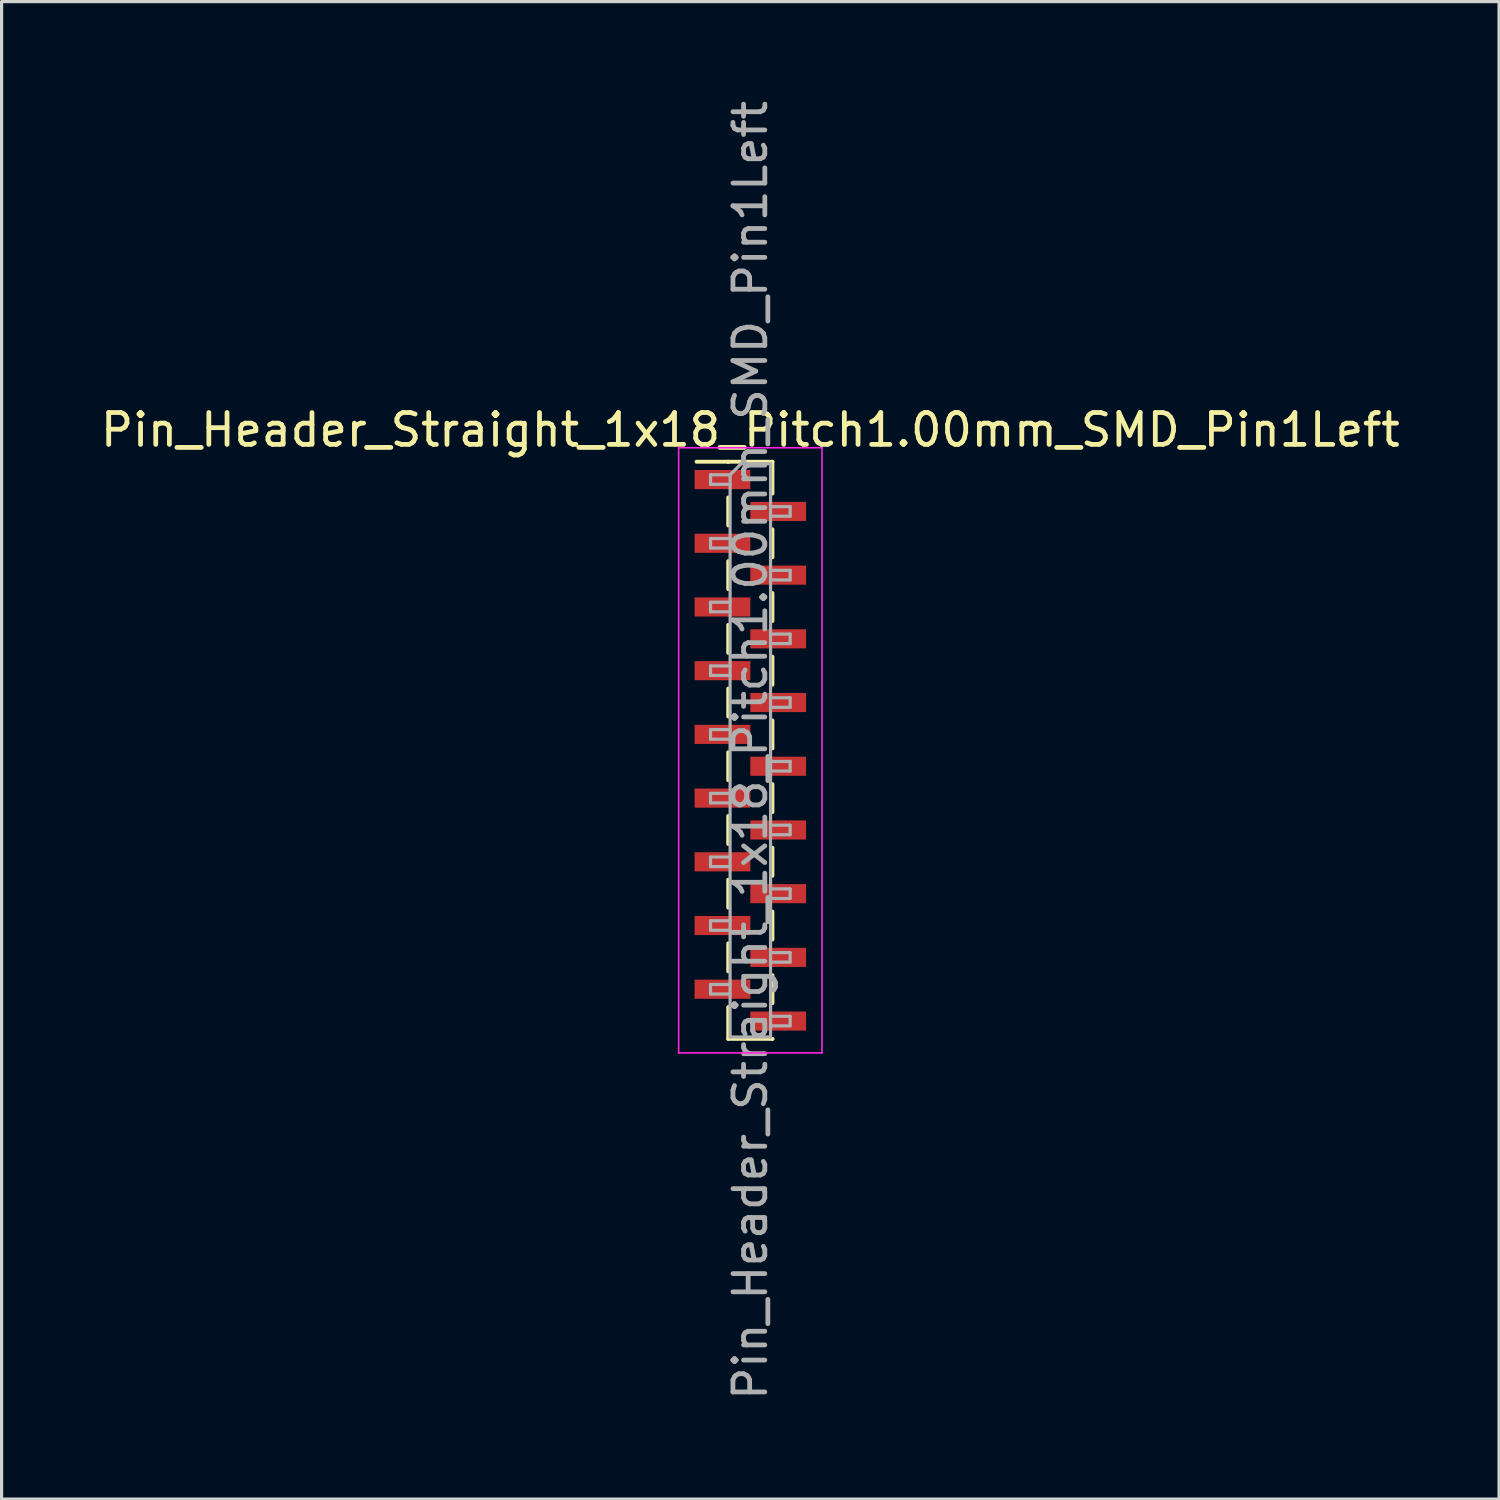
<source format=kicad_pcb>
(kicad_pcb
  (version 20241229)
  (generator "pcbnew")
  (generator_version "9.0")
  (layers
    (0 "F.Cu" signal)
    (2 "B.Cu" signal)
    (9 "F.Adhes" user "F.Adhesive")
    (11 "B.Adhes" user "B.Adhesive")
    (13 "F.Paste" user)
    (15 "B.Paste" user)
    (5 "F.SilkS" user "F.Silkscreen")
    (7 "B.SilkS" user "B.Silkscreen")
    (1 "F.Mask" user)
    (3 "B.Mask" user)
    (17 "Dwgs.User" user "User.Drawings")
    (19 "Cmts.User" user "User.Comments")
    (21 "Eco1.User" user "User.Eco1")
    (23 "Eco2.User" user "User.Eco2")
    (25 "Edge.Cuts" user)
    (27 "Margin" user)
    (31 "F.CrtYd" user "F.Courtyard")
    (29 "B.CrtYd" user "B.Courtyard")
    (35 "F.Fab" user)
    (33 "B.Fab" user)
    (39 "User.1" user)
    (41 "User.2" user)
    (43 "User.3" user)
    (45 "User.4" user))
  (footprint "Pin_Header_Straight_1x18_Pitch1.00mm_SMD_Pin1Left"
    (layer "F.Cu")
    (at 20.506 20.506)
    (property "Reference" "Pin_Header_Straight_1x18_Pitch1.00mm_SMD_Pin1Left" (at 0 -10.06 0) (layer "F.SilkS") (effects (font (size 1 1) (thickness 0.15))))
    (attr smd)
    (fp_line (start -0.695 -9.06) (end -1.69 -9.06) (stroke (width 0.12) (type solid)) (layer "F.SilkS"))
    (fp_line (start -0.695 -9.06) (end -0.695 -9.06) (stroke (width 0.12) (type solid)) (layer "F.SilkS"))
    (fp_line (start -0.695 -9.06) (end 0.695 -9.06) (stroke (width 0.12) (type solid)) (layer "F.SilkS"))
    (fp_line (start -0.695 -7.94) (end -0.695 -7.06) (stroke (width 0.12) (type solid)) (layer "F.SilkS"))
    (fp_line (start -0.695 -5.94) (end -0.695 -5.06) (stroke (width 0.12) (type solid)) (layer "F.SilkS"))
    (fp_line (start -0.695 -3.94) (end -0.695 -3.06) (stroke (width 0.12) (type solid)) (layer "F.SilkS"))
    (fp_line (start -0.695 -1.94) (end -0.695 -1.06) (stroke (width 0.12) (type solid)) (layer "F.SilkS"))
    (fp_line (start -0.695 0.06) (end -0.695 0.94) (stroke (width 0.12) (type solid)) (layer "F.SilkS"))
    (fp_line (start -0.695 2.06) (end -0.695 2.94) (stroke (width 0.12) (type solid)) (layer "F.SilkS"))
    (fp_line (start -0.695 4.06) (end -0.695 4.94) (stroke (width 0.12) (type solid)) (layer "F.SilkS"))
    (fp_line (start -0.695 6.06) (end -0.695 6.94) (stroke (width 0.12) (type solid)) (layer "F.SilkS"))
    (fp_line (start -0.695 8.06) (end -0.695 9.06) (stroke (width 0.12) (type solid)) (layer "F.SilkS"))
    (fp_line (start -0.695 9.06) (end 0.695 9.06) (stroke (width 0.12) (type solid)) (layer "F.SilkS"))
    (fp_line (start 0.695 -9.06) (end 0.695 -8.06) (stroke (width 0.12) (type solid)) (layer "F.SilkS"))
    (fp_line (start 0.695 -6.94) (end 0.695 -6.06) (stroke (width 0.12) (type solid)) (layer "F.SilkS"))
    (fp_line (start 0.695 -4.94) (end 0.695 -4.06) (stroke (width 0.12) (type solid)) (layer "F.SilkS"))
    (fp_line (start 0.695 -2.94) (end 0.695 -2.06) (stroke (width 0.12) (type solid)) (layer "F.SilkS"))
    (fp_line (start 0.695 -0.94) (end 0.695 -0.06) (stroke (width 0.12) (type solid)) (layer "F.SilkS"))
    (fp_line (start 0.695 1.06) (end 0.695 1.94) (stroke (width 0.12) (type solid)) (layer "F.SilkS"))
    (fp_line (start 0.695 3.06) (end 0.695 3.94) (stroke (width 0.12) (type solid)) (layer "F.SilkS"))
    (fp_line (start 0.695 5.06) (end 0.695 5.94) (stroke (width 0.12) (type solid)) (layer "F.SilkS"))
    (fp_line (start 0.695 7.06) (end 0.695 7.94) (stroke (width 0.12) (type solid)) (layer "F.SilkS"))
    (fp_line (start 0.695 9.06) (end 0.695 9.06) (stroke (width 0.12) (type solid)) (layer "F.SilkS"))
    (fp_line (start -2.25 -9.5) (end -2.25 9.5) (stroke (width 0.05) (type solid)) (layer "F.CrtYd"))
    (fp_line (start -2.25 9.5) (end 2.25 9.5) (stroke (width 0.05) (type solid)) (layer "F.CrtYd"))
    (fp_line (start 2.25 -9.5) (end -2.25 -9.5) (stroke (width 0.05) (type solid)) (layer "F.CrtYd"))
    (fp_line (start 2.25 9.5) (end 2.25 -9.5) (stroke (width 0.05) (type solid)) (layer "F.CrtYd"))
    (fp_line (start -1.25 -8.65) (end -1.25 -8.35) (stroke (width 0.1) (type solid)) (layer "F.Fab"))
    (fp_line (start -1.25 -8.35) (end -0.635 -8.35) (stroke (width 0.1) (type solid)) (layer "F.Fab"))
    (fp_line (start -1.25 -6.65) (end -1.25 -6.35) (stroke (width 0.1) (type solid)) (layer "F.Fab"))
    (fp_line (start -1.25 -6.35) (end -0.635 -6.35) (stroke (width 0.1) (type solid)) (layer "F.Fab"))
    (fp_line (start -1.25 -4.65) (end -1.25 -4.35) (stroke (width 0.1) (type solid)) (layer "F.Fab"))
    (fp_line (start -1.25 -4.35) (end -0.635 -4.35) (stroke (width 0.1) (type solid)) (layer "F.Fab"))
    (fp_line (start -1.25 -2.65) (end -1.25 -2.35) (stroke (width 0.1) (type solid)) (layer "F.Fab"))
    (fp_line (start -1.25 -2.35) (end -0.635 -2.35) (stroke (width 0.1) (type solid)) (layer "F.Fab"))
    (fp_line (start -1.25 -0.65) (end -1.25 -0.35) (stroke (width 0.1) (type solid)) (layer "F.Fab"))
    (fp_line (start -1.25 -0.35) (end -0.635 -0.35) (stroke (width 0.1) (type solid)) (layer "F.Fab"))
    (fp_line (start -1.25 1.35) (end -1.25 1.65) (stroke (width 0.1) (type solid)) (layer "F.Fab"))
    (fp_line (start -1.25 1.65) (end -0.635 1.65) (stroke (width 0.1) (type solid)) (layer "F.Fab"))
    (fp_line (start -1.25 3.35) (end -1.25 3.65) (stroke (width 0.1) (type solid)) (layer "F.Fab"))
    (fp_line (start -1.25 3.65) (end -0.635 3.65) (stroke (width 0.1) (type solid)) (layer "F.Fab"))
    (fp_line (start -1.25 5.35) (end -1.25 5.65) (stroke (width 0.1) (type solid)) (layer "F.Fab"))
    (fp_line (start -1.25 5.65) (end -0.635 5.65) (stroke (width 0.1) (type solid)) (layer "F.Fab"))
    (fp_line (start -1.25 7.35) (end -1.25 7.65) (stroke (width 0.1) (type solid)) (layer "F.Fab"))
    (fp_line (start -1.25 7.65) (end -0.635 7.65) (stroke (width 0.1) (type solid)) (layer "F.Fab"))
    (fp_line (start -0.635 -8.65) (end -1.25 -8.65) (stroke (width 0.1) (type solid)) (layer "F.Fab"))
    (fp_line (start -0.635 -8.65) (end -0.285 -9) (stroke (width 0.1) (type solid)) (layer "F.Fab"))
    (fp_line (start -0.635 -6.65) (end -1.25 -6.65) (stroke (width 0.1) (type solid)) (layer "F.Fab"))
    (fp_line (start -0.635 -4.65) (end -1.25 -4.65) (stroke (width 0.1) (type solid)) (layer "F.Fab"))
    (fp_line (start -0.635 -2.65) (end -1.25 -2.65) (stroke (width 0.1) (type solid)) (layer "F.Fab"))
    (fp_line (start -0.635 -0.65) (end -1.25 -0.65) (stroke (width 0.1) (type solid)) (layer "F.Fab"))
    (fp_line (start -0.635 1.35) (end -1.25 1.35) (stroke (width 0.1) (type solid)) (layer "F.Fab"))
    (fp_line (start -0.635 3.35) (end -1.25 3.35) (stroke (width 0.1) (type solid)) (layer "F.Fab"))
    (fp_line (start -0.635 5.35) (end -1.25 5.35) (stroke (width 0.1) (type solid)) (layer "F.Fab"))
    (fp_line (start -0.635 7.35) (end -1.25 7.35) (stroke (width 0.1) (type solid)) (layer "F.Fab"))
    (fp_line (start -0.635 9) (end -0.635 -8.65) (stroke (width 0.1) (type solid)) (layer "F.Fab"))
    (fp_line (start -0.285 -9) (end 0.635 -9) (stroke (width 0.1) (type solid)) (layer "F.Fab"))
    (fp_line (start 0.635 -9) (end 0.635 9) (stroke (width 0.1) (type solid)) (layer "F.Fab"))
    (fp_line (start 0.635 -7.65) (end 1.25 -7.65) (stroke (width 0.1) (type solid)) (layer "F.Fab"))
    (fp_line (start 0.635 -5.65) (end 1.25 -5.65) (stroke (width 0.1) (type solid)) (layer "F.Fab"))
    (fp_line (start 0.635 -3.65) (end 1.25 -3.65) (stroke (width 0.1) (type solid)) (layer "F.Fab"))
    (fp_line (start 0.635 -1.65) (end 1.25 -1.65) (stroke (width 0.1) (type solid)) (layer "F.Fab"))
    (fp_line (start 0.635 0.35) (end 1.25 0.35) (stroke (width 0.1) (type solid)) (layer "F.Fab"))
    (fp_line (start 0.635 2.35) (end 1.25 2.35) (stroke (width 0.1) (type solid)) (layer "F.Fab"))
    (fp_line (start 0.635 4.35) (end 1.25 4.35) (stroke (width 0.1) (type solid)) (layer "F.Fab"))
    (fp_line (start 0.635 6.35) (end 1.25 6.35) (stroke (width 0.1) (type solid)) (layer "F.Fab"))
    (fp_line (start 0.635 8.35) (end 1.25 8.35) (stroke (width 0.1) (type solid)) (layer "F.Fab"))
    (fp_line (start 0.635 9) (end -0.635 9) (stroke (width 0.1) (type solid)) (layer "F.Fab"))
    (fp_line (start 1.25 -7.65) (end 1.25 -7.35) (stroke (width 0.1) (type solid)) (layer "F.Fab"))
    (fp_line (start 1.25 -7.35) (end 0.635 -7.35) (stroke (width 0.1) (type solid)) (layer "F.Fab"))
    (fp_line (start 1.25 -5.65) (end 1.25 -5.35) (stroke (width 0.1) (type solid)) (layer "F.Fab"))
    (fp_line (start 1.25 -5.35) (end 0.635 -5.35) (stroke (width 0.1) (type solid)) (layer "F.Fab"))
    (fp_line (start 1.25 -3.65) (end 1.25 -3.35) (stroke (width 0.1) (type solid)) (layer "F.Fab"))
    (fp_line (start 1.25 -3.35) (end 0.635 -3.35) (stroke (width 0.1) (type solid)) (layer "F.Fab"))
    (fp_line (start 1.25 -1.65) (end 1.25 -1.35) (stroke (width 0.1) (type solid)) (layer "F.Fab"))
    (fp_line (start 1.25 -1.35) (end 0.635 -1.35) (stroke (width 0.1) (type solid)) (layer "F.Fab"))
    (fp_line (start 1.25 0.35) (end 1.25 0.65) (stroke (width 0.1) (type solid)) (layer "F.Fab"))
    (fp_line (start 1.25 0.65) (end 0.635 0.65) (stroke (width 0.1) (type solid)) (layer "F.Fab"))
    (fp_line (start 1.25 2.35) (end 1.25 2.65) (stroke (width 0.1) (type solid)) (layer "F.Fab"))
    (fp_line (start 1.25 2.65) (end 0.635 2.65) (stroke (width 0.1) (type solid)) (layer "F.Fab"))
    (fp_line (start 1.25 4.35) (end 1.25 4.65) (stroke (width 0.1) (type solid)) (layer "F.Fab"))
    (fp_line (start 1.25 4.65) (end 0.635 4.65) (stroke (width 0.1) (type solid)) (layer "F.Fab"))
    (fp_line (start 1.25 6.35) (end 1.25 6.65) (stroke (width 0.1) (type solid)) (layer "F.Fab"))
    (fp_line (start 1.25 6.65) (end 0.635 6.65) (stroke (width 0.1) (type solid)) (layer "F.Fab"))
    (fp_line (start 1.25 8.35) (end 1.25 8.65) (stroke (width 0.1) (type solid)) (layer "F.Fab"))
    (fp_line (start 1.25 8.65) (end 0.635 8.65) (stroke (width 0.1) (type solid)) (layer "F.Fab"))
    (fp_text user "${REFERENCE}" (at 0 0 90) (layer "F.Fab") (effects (font (size 1 1) (thickness 0.15))))
    (pad "1" smd rect (at -0.875 -8.5) (size 1.75 0.6) (layers "F.Cu" "F.Mask" "F.Paste"))
    (pad "2" smd rect (at 0.875 -7.5) (size 1.75 0.6) (layers "F.Cu" "F.Mask" "F.Paste"))
    (pad "3" smd rect (at -0.875 -6.5) (size 1.75 0.6) (layers "F.Cu" "F.Mask" "F.Paste"))
    (pad "4" smd rect (at 0.875 -5.5) (size 1.75 0.6) (layers "F.Cu" "F.Mask" "F.Paste"))
    (pad "5" smd rect (at -0.875 -4.5) (size 1.75 0.6) (layers "F.Cu" "F.Mask" "F.Paste"))
    (pad "6" smd rect (at 0.875 -3.5) (size 1.75 0.6) (layers "F.Cu" "F.Mask" "F.Paste"))
    (pad "7" smd rect (at -0.875 -2.5) (size 1.75 0.6) (layers "F.Cu" "F.Mask" "F.Paste"))
    (pad "8" smd rect (at 0.875 -1.5) (size 1.75 0.6) (layers "F.Cu" "F.Mask" "F.Paste"))
    (pad "9" smd rect (at -0.875 -0.5) (size 1.75 0.6) (layers "F.Cu" "F.Mask" "F.Paste"))
    (pad "10" smd rect (at 0.875 0.5) (size 1.75 0.6) (layers "F.Cu" "F.Mask" "F.Paste"))
    (pad "11" smd rect (at -0.875 1.5) (size 1.75 0.6) (layers "F.Cu" "F.Mask" "F.Paste"))
    (pad "12" smd rect (at 0.875 2.5) (size 1.75 0.6) (layers "F.Cu" "F.Mask" "F.Paste"))
    (pad "13" smd rect (at -0.875 3.5) (size 1.75 0.6) (layers "F.Cu" "F.Mask" "F.Paste"))
    (pad "14" smd rect (at 0.875 4.5) (size 1.75 0.6) (layers "F.Cu" "F.Mask" "F.Paste"))
    (pad "15" smd rect (at -0.875 5.5) (size 1.75 0.6) (layers "F.Cu" "F.Mask" "F.Paste"))
    (pad "16" smd rect (at 0.875 6.5) (size 1.75 0.6) (layers "F.Cu" "F.Mask" "F.Paste"))
    (pad "17" smd rect (at -0.875 7.5) (size 1.75 0.6) (layers "F.Cu" "F.Mask" "F.Paste"))
    (pad "18" smd rect (at 0.875 8.5) (size 1.75 0.6) (layers "F.Cu" "F.Mask" "F.Paste")))
  (gr_rect
    (start -3 -3)
    (end 44.012 44.012)
    (stroke (width 0.1) (type default))
    (fill no)
    (layer "Edge.Cuts")))
</source>
